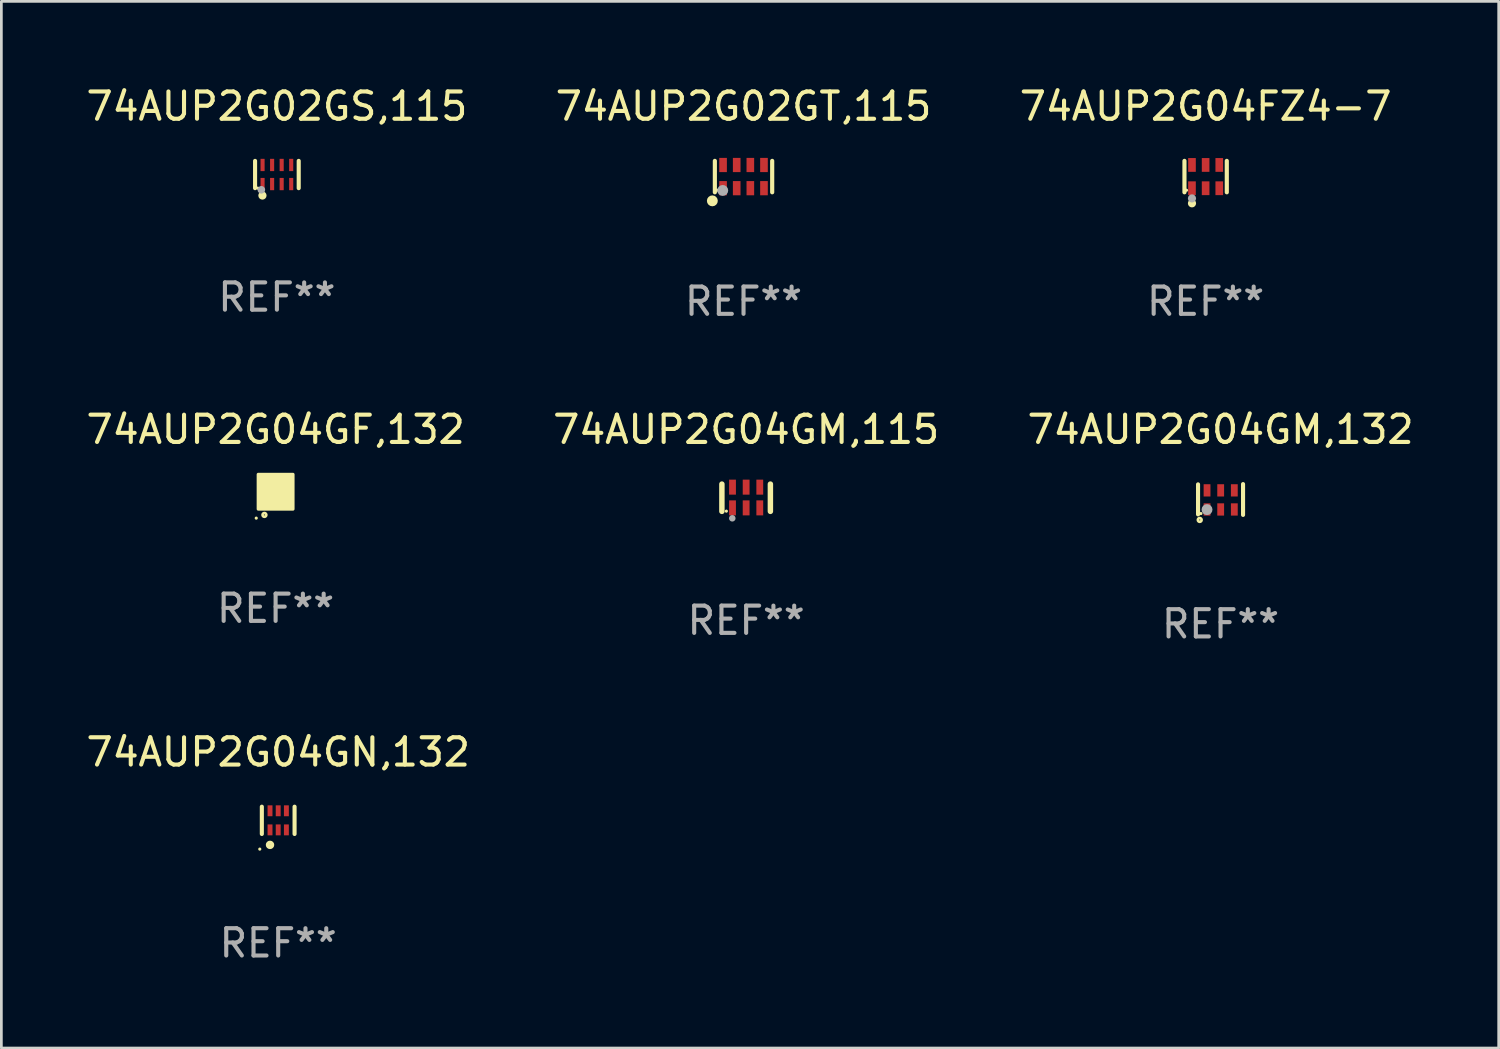
<source format=kicad_pcb>
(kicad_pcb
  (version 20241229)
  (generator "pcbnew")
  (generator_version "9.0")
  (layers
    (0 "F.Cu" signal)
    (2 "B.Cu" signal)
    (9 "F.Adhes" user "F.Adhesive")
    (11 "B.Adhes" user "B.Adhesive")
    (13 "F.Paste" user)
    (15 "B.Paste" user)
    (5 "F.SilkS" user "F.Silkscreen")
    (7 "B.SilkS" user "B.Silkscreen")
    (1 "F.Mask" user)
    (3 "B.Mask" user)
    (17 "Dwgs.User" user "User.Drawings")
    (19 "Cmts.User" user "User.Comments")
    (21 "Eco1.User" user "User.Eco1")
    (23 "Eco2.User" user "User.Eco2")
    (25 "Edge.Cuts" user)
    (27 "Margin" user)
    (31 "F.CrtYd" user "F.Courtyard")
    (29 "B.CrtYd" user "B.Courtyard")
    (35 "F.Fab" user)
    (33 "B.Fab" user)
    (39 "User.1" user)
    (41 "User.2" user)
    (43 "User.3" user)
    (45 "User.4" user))
  (footprint "74AUP2G02GT,115"
    (layer "F.Cu")
    (at 24.208 3.424)
    (property "Reference" "74AUP2G02GT,115" (at 0 -2.576 0) (layer "F.SilkS") (effects (font (size 1 1) (thickness 0.15))))
    (attr through_hole)
    (fp_line (start -1.051 0.576) (end -1.051 -0.576) (stroke (width 0.152) (type solid)) (layer "F.SilkS"))
    (fp_line (start 1.051 -0.576) (end 1.051 0.576) (stroke (width 0.152) (type solid)) (layer "F.SilkS"))
    (fp_circle (center -1.143 0.889) (end -1.043 0.889) (stroke (width 0.2) (type solid)) (fill no) (layer "F.SilkS"))
    (fp_circle (center -0.975 0.5) (end -0.945 0.5) (stroke (width 0.06) (type solid)) (fill no) (layer "F.SilkS"))
    (fp_circle (center -0.762 0.508) (end -0.662 0.508) (stroke (width 0.2) (type solid)) (fill no) (layer "F.Fab"))
    (fp_text user "REF**" (at 0 4.576 0) (layer "F.Fab") (effects (font (size 1 1) (thickness 0.15))))
    (pad "1" smd rect (at -0.75 0.425) (size 0.28 0.521) (layers "F.Cu" "F.Mask" "F.Paste"))
    (pad "2" smd rect (at -0.25 0.425) (size 0.28 0.521) (layers "F.Cu" "F.Mask" "F.Paste"))
    (pad "3" smd rect (at 0.25 0.425) (size 0.28 0.521) (layers "F.Cu" "F.Mask" "F.Paste"))
    (pad "4" smd rect (at 0.75 0.425) (size 0.28 0.521) (layers "F.Cu" "F.Mask" "F.Paste"))
    (pad "5" smd rect (at 0.75 -0.425) (size 0.28 0.521) (layers "F.Cu" "F.Mask" "F.Paste"))
    (pad "6" smd rect (at 0.25 -0.425) (size 0.28 0.521) (layers "F.Cu" "F.Mask" "F.Paste"))
    (pad "7" smd rect (at -0.25 -0.425) (size 0.28 0.521) (layers "F.Cu" "F.Mask" "F.Paste"))
    (pad "8" smd rect (at -0.75 -0.425) (size 0.28 0.521) (layers "F.Cu" "F.Mask" "F.Paste")))
  (footprint "74AUP2G04FZ4-7"
    (layer "F.Cu")
    (at 41.149 3.424)
    (property "Reference" "74AUP2G04FZ4-7" (at 0 -2.576 0) (layer "F.SilkS") (effects (font (size 1 1) (thickness 0.15))))
    (attr through_hole)
    (fp_line (start -0.776 0.576) (end -0.776 -0.576) (stroke (width 0.152) (type solid)) (layer "F.SilkS"))
    (fp_line (start 0.776 0.576) (end 0.776 -0.576) (stroke (width 0.152) (type solid)) (layer "F.SilkS"))
    (fp_circle (center -0.7 0.5) (end -0.67 0.5) (stroke (width 0.06) (type solid)) (fill no) (layer "F.SilkS"))
    (fp_circle (center -0.5 0.98) (end -0.425 0.98) (stroke (width 0.15) (type solid)) (fill no) (layer "F.SilkS"))
    (fp_circle (center -0.5 0.8) (end -0.425 0.8) (stroke (width 0.15) (type solid)) (fill no) (layer "F.Fab"))
    (fp_text user "REF**" (at 0 4.576 0) (layer "F.Fab") (effects (font (size 1 1) (thickness 0.15))))
    (pad "1" smd rect (at -0.5 0.427) (size 0.28 0.505) (layers "F.Cu" "F.Mask" "F.Paste"))
    (pad "2" smd rect (at 0 0.427) (size 0.28 0.505) (layers "F.Cu" "F.Mask" "F.Paste"))
    (pad "3" smd rect (at 0.5 0.427) (size 0.28 0.505) (layers "F.Cu" "F.Mask" "F.Paste"))
    (pad "4" smd rect (at 0.5 -0.427) (size 0.28 0.505) (layers "F.Cu" "F.Mask" "F.Paste"))
    (pad "5" smd rect (at 0 -0.427) (size 0.28 0.505) (layers "F.Cu" "F.Mask" "F.Paste"))
    (pad "6" smd rect (at -0.5 -0.427) (size 0.28 0.505) (layers "F.Cu" "F.Mask" "F.Paste")))
  (footprint "74AUP2G04GN,132"
    (layer "F.Cu")
    (at 7.149 27.024)
    (property "Reference" "74AUP2G04GN,132" (at 0 -2.5 0) (layer "F.SilkS") (effects (font (size 1 1) (thickness 0.15))))
    (attr through_hole)
    (fp_line (start -0.6 -0.5) (end -0.6 0.5) (stroke (width 0.15) (type solid)) (layer "F.SilkS"))
    (fp_line (start 0.6 0.5) (end 0.6 -0.5) (stroke (width 0.15) (type solid)) (layer "F.SilkS"))
    (fp_circle (center -0.675 1.055) (end -0.645 1.055) (stroke (width 0.06) (type solid)) (fill no) (layer "F.SilkS"))
    (fp_circle (center -0.3 0.9) (end -0.22 0.9) (stroke (width 0.15) (type solid)) (fill no) (layer "F.SilkS"))
    (fp_text user "REF**" (at 0 4.5 0) (layer "F.Fab") (effects (font (size 1 1) (thickness 0.15))))
    (pad "1" smd rect (at -0.3 0.35) (size 0.18 0.4) (layers "F.Cu" "F.Mask" "F.Paste"))
    (pad "2" smd rect (at 0.000025 0.35) (size 0.18 0.4) (layers "F.Cu" "F.Mask" "F.Paste"))
    (pad "3" smd rect (at 0.3 0.35) (size 0.18 0.4) (layers "F.Cu" "F.Mask" "F.Paste"))
    (pad "4" smd rect (at 0.3 -0.35) (size 0.18 0.4) (layers "F.Cu" "F.Mask" "F.Paste"))
    (pad "5" smd rect (at 0.000025 -0.35) (size 0.18 0.4) (layers "F.Cu" "F.Mask" "F.Paste"))
    (pad "6" smd rect (at -0.3 -0.35) (size 0.18 0.4) (layers "F.Cu" "F.Mask" "F.Paste")))
  (footprint "74AUP2G04GM,115"
    (layer "F.Cu")
    (at 24.304 15.197)
    (property "Reference" "74AUP2G04GM,115" (at 0 -2.5 0) (layer "F.SilkS") (effects (font (size 1 1) (thickness 0.15))))
    (attr through_hole)
    (fp_line (start -0.889 0.5) (end -0.889 -0.5) (stroke (width 0.2) (type solid)) (layer "F.SilkS"))
    (fp_line (start 0.889 0.5) (end 0.889 -0.5) (stroke (width 0.2) (type solid)) (layer "F.SilkS"))
    (fp_circle (center -0.725 0.492) (end -0.695 0.492) (stroke (width 0.06) (type solid)) (fill no) (layer "F.SilkS"))
    (fp_circle (center -0.508 0.754) (end -0.448 0.754) (stroke (width 0.12) (type solid)) (fill no) (layer "F.Fab"))
    (fp_text user "REF**" (at 0 4.5 0) (layer "F.Fab") (effects (font (size 1 1) (thickness 0.15))))
    (pad "1" smd rect (at -0.5 0.372) (size 0.25 0.55) (layers "F.Cu" "F.Mask" "F.Paste"))
    (pad "2" smd rect (at -0.000127 0.372) (size 0.25 0.55) (layers "F.Cu" "F.Mask" "F.Paste"))
    (pad "3" smd rect (at 0.5 0.372) (size 0.25 0.55) (layers "F.Cu" "F.Mask" "F.Paste"))
    (pad "4" smd rect (at 0.5 -0.388 180) (size 0.25 0.55) (layers "F.Cu" "F.Mask" "F.Paste"))
    (pad "5" smd rect (at -0.000127 -0.388 180) (size 0.25 0.55) (layers "F.Cu" "F.Mask" "F.Paste"))
    (pad "6" smd rect (at -0.5 -0.388 180) (size 0.25 0.55) (layers "F.Cu" "F.Mask" "F.Paste")))
  (footprint "74AUP2G02GS,115"
    (layer "F.Cu")
    (at 7.101 3.348)
    (property "Reference" "74AUP2G02GS,115" (at 0 -2.5 0) (layer "F.SilkS") (effects (font (size 1 1) (thickness 0.15))))
    (attr through_hole)
    (fp_line (start -0.8 -0.5) (end -0.8 0.5) (stroke (width 0.15) (type solid)) (layer "F.SilkS"))
    (fp_line (start 0.8 -0.5) (end 0.8 0.5) (stroke (width 0.15) (type solid)) (layer "F.SilkS"))
    (fp_circle (center -0.7 0.5) (end -0.67 0.5) (stroke (width 0.06) (type solid)) (fill no) (layer "F.SilkS"))
    (fp_circle (center -0.53 0.77) (end -0.454 0.77) (stroke (width 0.15) (type solid)) (fill no) (layer "F.SilkS"))
    (fp_circle (center -0.57 0.56) (end -0.5 0.56) (stroke (width 0.14) (type solid)) (fill no) (layer "F.Fab"))
    (fp_text user "REF**" (at 0 4.5 0) (layer "F.Fab") (effects (font (size 1 1) (thickness 0.15))))
    (pad "1" smd rect (at -0.525 0.35) (size 0.15 0.45) (layers "F.Cu" "F.Mask" "F.Paste"))
    (pad "2" smd rect (at -0.175 0.35) (size 0.15 0.45) (layers "F.Cu" "F.Mask" "F.Paste"))
    (pad "3" smd rect (at 0.175 0.35) (size 0.15 0.45) (layers "F.Cu" "F.Mask" "F.Paste"))
    (pad "4" smd rect (at 0.525 0.35) (size 0.15 0.45) (layers "F.Cu" "F.Mask" "F.Paste"))
    (pad "5" smd rect (at 0.525 -0.35) (size 0.15 0.45) (layers "F.Cu" "F.Mask" "F.Paste"))
    (pad "6" smd rect (at 0.175 -0.35) (size 0.15 0.45) (layers "F.Cu" "F.Mask" "F.Paste"))
    (pad "7" smd rect (at -0.175 -0.35) (size 0.15 0.45) (layers "F.Cu" "F.Mask" "F.Paste"))
    (pad "8" smd rect (at -0.525 -0.35) (size 0.15 0.45) (layers "F.Cu" "F.Mask" "F.Paste")))
  (footprint "74AUP2G04GF,132"
    (layer "F.Cu")
    (at 7.054 14.977)
    (property "Reference" "74AUP2G04GF,132" (at 0 -2.28 0) (layer "F.SilkS") (effects (font (size 1 1) (thickness 0.15))))
    (attr through_hole)
    (fp_circle (center -0.71 0.968) (end -0.68 0.968) (stroke (width 0.06) (type solid)) (fill no) (layer "F.SilkS"))
    (fp_circle (center -0.41 0.85) (end -0.342 0.85) (stroke (width 0.1) (type solid)) (fill no) (layer "F.SilkS"))
    (fp_poly (pts (xy -0.635 -0.635) (xy 0.635 -0.635) (xy 0.635 0.635) (xy -0.635 0.635)) (stroke (width 0.12) (type solid)) (fill yes) (layer "F.SilkS"))
    (fp_text user "REF**" (at 0 4.28 0) (layer "F.Fab") (effects (font (size 1 1) (thickness 0.15))))
    (pad "1" smd rect (at -0.35 0.28 90) (size 0.35 0.2) (layers "F.Cu" "F.Mask" "F.Paste"))
    (pad "2" smd rect (at 0 0.28 90) (size 0.35 0.2) (layers "F.Cu" "F.Mask" "F.Paste"))
    (pad "3" smd rect (at 0.35 0.28 90) (size 0.35 0.2) (layers "F.Cu" "F.Mask" "F.Paste"))
    (pad "4" smd rect (at 0.35 -0.28 90) (size 0.35 0.2) (layers "F.Cu" "F.Mask" "F.Paste"))
    (pad "5" smd rect (at 0 -0.28 90) (size 0.35 0.2) (layers "F.Cu" "F.Mask" "F.Paste"))
    (pad "6" smd rect (at -0.35 -0.28 90) (size 0.35 0.2) (layers "F.Cu" "F.Mask" "F.Paste")))
  (footprint "74AUP2G04GM,132"
    (layer "F.Cu")
    (at 41.696 15.262)
    (property "Reference" "74AUP2G04GM,132" (at 0 -2.565 0) (layer "F.SilkS") (effects (font (size 1 1) (thickness 0.15))))
    (attr through_hole)
    (fp_line (start -0.825 -0.555) (end -0.825 0.545) (stroke (width 0.15) (type solid)) (layer "F.SilkS"))
    (fp_line (start 0.825 -0.565) (end 0.825 0.565) (stroke (width 0.15) (type solid)) (layer "F.SilkS"))
    (fp_circle (center -0.763 0.749) (end -0.695 0.749) (stroke (width 0.1) (type solid)) (fill no) (layer "F.SilkS"))
    (fp_circle (center -0.72 0.515) (end -0.69 0.515) (stroke (width 0.06) (type solid)) (fill no) (layer "F.SilkS"))
    (fp_circle (center -0.496 0.371) (end -0.396 0.371) (stroke (width 0.2) (type solid)) (fill no) (layer "F.Fab"))
    (fp_text user "REF**" (at 0 4.565 0) (layer "F.Fab") (effects (font (size 1 1) (thickness 0.15))))
    (pad "1" smd rect (at -0.495 0.365) (size 0.25 0.45) (layers "F.Cu" "F.Mask" "F.Paste"))
    (pad "2" smd rect (at 0.005 0.365) (size 0.25 0.45) (layers "F.Cu" "F.Mask" "F.Paste"))
    (pad "3" smd rect (at 0.505 0.365) (size 0.25 0.45) (layers "F.Cu" "F.Mask" "F.Paste"))
    (pad "4" smd rect (at 0.505 -0.335) (size 0.25 0.45) (layers "F.Cu" "F.Mask" "F.Paste"))
    (pad "5" smd rect (at 0.005 -0.335) (size 0.25 0.45) (layers "F.Cu" "F.Mask" "F.Paste"))
    (pad "6" smd rect (at -0.495 -0.335) (size 0.25 0.45) (layers "F.Cu" "F.Mask" "F.Paste")))
  (gr_rect
    (start -3 -3)
    (end 51.893 35.372)
    (stroke (width 0.1) (type default))
    (fill no)
    (layer "Edge.Cuts")))
</source>
